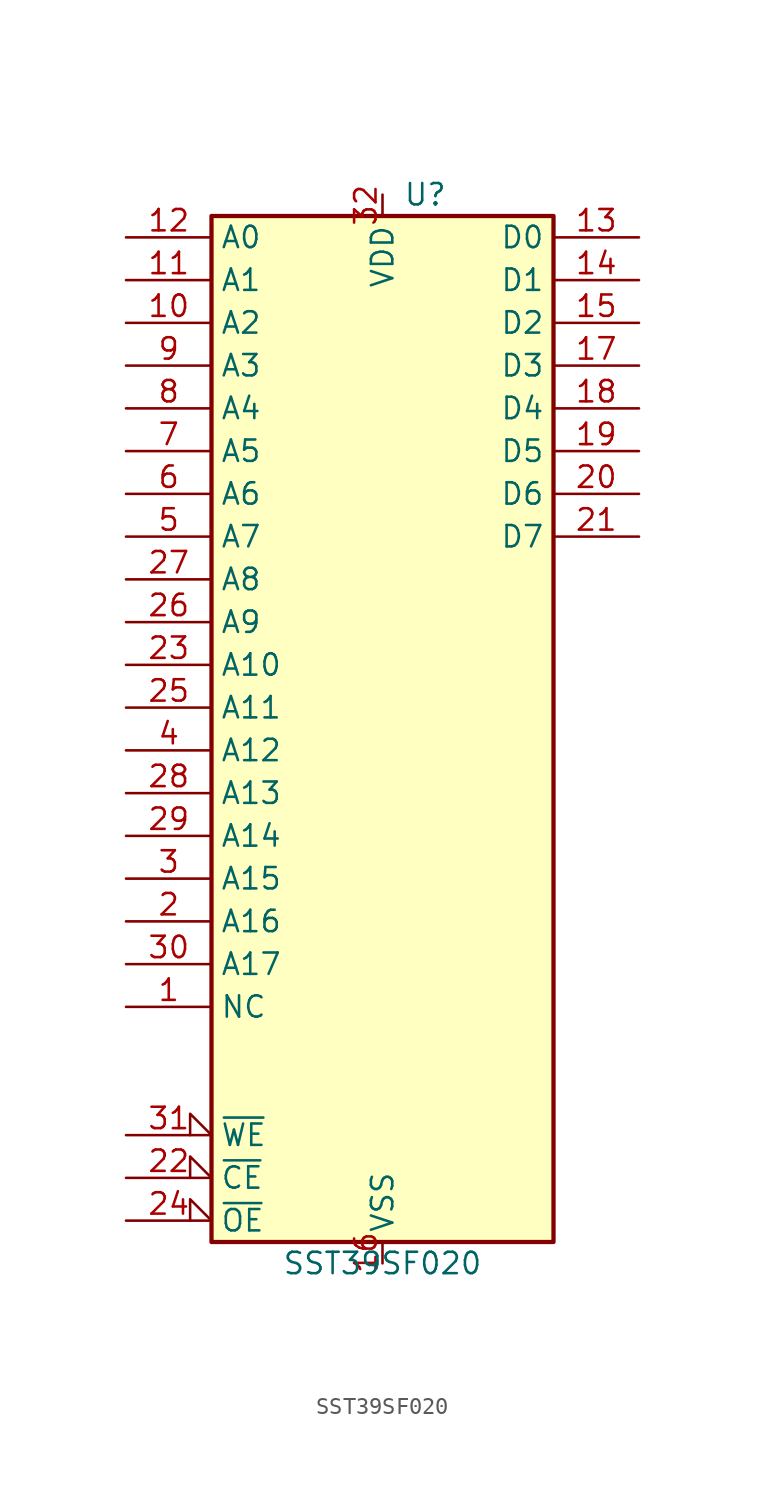
<source format=kicad_sym>
(kicad_symbol_lib
  (version 20220914)
  (generator kicad_symbol_editor)
  (symbol "SST39SF020"
    (property "Reference" "U"
      (at 2.54 33.02 0)
      (effects (font (size 1.27 1.27))))
    (property "Value" "SST39SF020"
      (at 0 -30.48 0)
      (effects (font (size 1.27 1.27))))
    (symbol "SST39SF020_0_0"
      (pin power_in line (at 0 -30.48 90) (length 1.27) (name "VSS" (effects (font (size 1.27 1.27)))) (number "16" (effects (font (size 1.27 1.27)))))
      (pin power_in line (at 0 33.02 270) (length 1.27) (name "VDD" (effects (font (size 1.27 1.27)))) (number "32" (effects (font (size 1.27 1.27))))))
    (symbol "SST39SF020_0_1"
      (rectangle (start -10.16 31.75) (end 10.16 -29.21) (stroke (width 0.254) (type default)) (fill (type background))))
    (symbol "SST39SF020_1_1"
      (pin input line (at -15.24 -15.24 0) (length 5.08) (name "NC" (effects (font (size 1.27 1.27)))) (number "1" (effects (font (size 1.27 1.27)))))
      (pin input line (at -15.24 25.4 0) (length 5.08) (name "A2" (effects (font (size 1.27 1.27)))) (number "10" (effects (font (size 1.27 1.27)))))
      (pin input line (at -15.24 27.94 0) (length 5.08) (name "A1" (effects (font (size 1.27 1.27)))) (number "11" (effects (font (size 1.27 1.27)))))
      (pin input line (at -15.24 30.48 0) (length 5.08) (name "A0" (effects (font (size 1.27 1.27)))) (number "12" (effects (font (size 1.27 1.27)))))
      (pin tri_state line (at 15.24 30.48 180) (length 5.08) (name "D0" (effects (font (size 1.27 1.27)))) (number "13" (effects (font (size 1.27 1.27)))))
      (pin tri_state line (at 15.24 27.94 180) (length 5.08) (name "D1" (effects (font (size 1.27 1.27)))) (number "14" (effects (font (size 1.27 1.27)))))
      (pin tri_state line (at 15.24 25.4 180) (length 5.08) (name "D2" (effects (font (size 1.27 1.27)))) (number "15" (effects (font (size 1.27 1.27)))))
      (pin tri_state line (at 15.24 22.86 180) (length 5.08) (name "D3" (effects (font (size 1.27 1.27)))) (number "17" (effects (font (size 1.27 1.27)))))
      (pin tri_state line (at 15.24 20.32 180) (length 5.08) (name "D4" (effects (font (size 1.27 1.27)))) (number "18" (effects (font (size 1.27 1.27)))))
      (pin tri_state line (at 15.24 17.78 180) (length 5.08) (name "D5" (effects (font (size 1.27 1.27)))) (number "19" (effects (font (size 1.27 1.27)))))
      (pin input line (at -15.24 -10.16 0) (length 5.08) (name "A16" (effects (font (size 1.27 1.27)))) (number "2" (effects (font (size 1.27 1.27)))))
      (pin tri_state line (at 15.24 15.24 180) (length 5.08) (name "D6" (effects (font (size 1.27 1.27)))) (number "20" (effects (font (size 1.27 1.27)))))
      (pin tri_state line (at 15.24 12.7 180) (length 5.08) (name "D7" (effects (font (size 1.27 1.27)))) (number "21" (effects (font (size 1.27 1.27)))))
      (pin input input_low (at -15.24 -25.4 0) (length 5.08) (name "~{CE}" (effects (font (size 1.27 1.27)))) (number "22" (effects (font (size 1.27 1.27)))))
      (pin input line (at -15.24 5.08 0) (length 5.08) (name "A10" (effects (font (size 1.27 1.27)))) (number "23" (effects (font (size 1.27 1.27)))))
      (pin input input_low (at -15.24 -27.94 0) (length 5.08) (name "~{OE}" (effects (font (size 1.27 1.27)))) (number "24" (effects (font (size 1.27 1.27)))))
      (pin input line (at -15.24 2.54 0) (length 5.08) (name "A11" (effects (font (size 1.27 1.27)))) (number "25" (effects (font (size 1.27 1.27)))))
      (pin input line (at -15.24 7.62 0) (length 5.08) (name "A9" (effects (font (size 1.27 1.27)))) (number "26" (effects (font (size 1.27 1.27)))))
      (pin input line (at -15.24 10.16 0) (length 5.08) (name "A8" (effects (font (size 1.27 1.27)))) (number "27" (effects (font (size 1.27 1.27)))))
      (pin input line (at -15.24 -2.54 0) (length 5.08) (name "A13" (effects (font (size 1.27 1.27)))) (number "28" (effects (font (size 1.27 1.27)))))
      (pin input line (at -15.24 -5.08 0) (length 5.08) (name "A14" (effects (font (size 1.27 1.27)))) (number "29" (effects (font (size 1.27 1.27)))))
      (pin input line (at -15.24 -7.62 0) (length 5.08) (name "A15" (effects (font (size 1.27 1.27)))) (number "3" (effects (font (size 1.27 1.27)))))
      (pin input line (at -15.24 -12.7 0) (length 5.08) (name "A17" (effects (font (size 1.27 1.27)))) (number "30" (effects (font (size 1.27 1.27)))))
      (pin input input_low (at -15.24 -22.86 0) (length 5.08) (name "~{WE}" (effects (font (size 1.27 1.27)))) (number "31" (effects (font (size 1.27 1.27)))))
      (pin input line (at -15.24 0 0) (length 5.08) (name "A12" (effects (font (size 1.27 1.27)))) (number "4" (effects (font (size 1.27 1.27)))))
      (pin input line (at -15.24 12.7 0) (length 5.08) (name "A7" (effects (font (size 1.27 1.27)))) (number "5" (effects (font (size 1.27 1.27)))))
      (pin input line (at -15.24 15.24 0) (length 5.08) (name "A6" (effects (font (size 1.27 1.27)))) (number "6" (effects (font (size 1.27 1.27)))))
      (pin input line (at -15.24 17.78 0) (length 5.08) (name "A5" (effects (font (size 1.27 1.27)))) (number "7" (effects (font (size 1.27 1.27)))))
      (pin input line (at -15.24 20.32 0) (length 5.08) (name "A4" (effects (font (size 1.27 1.27)))) (number "8" (effects (font (size 1.27 1.27)))))
      (pin input line (at -15.24 22.86 0) (length 5.08) (name "A3" (effects (font (size 1.27 1.27)))) (number "9" (effects (font (size 1.27 1.27))))))))
</source>
